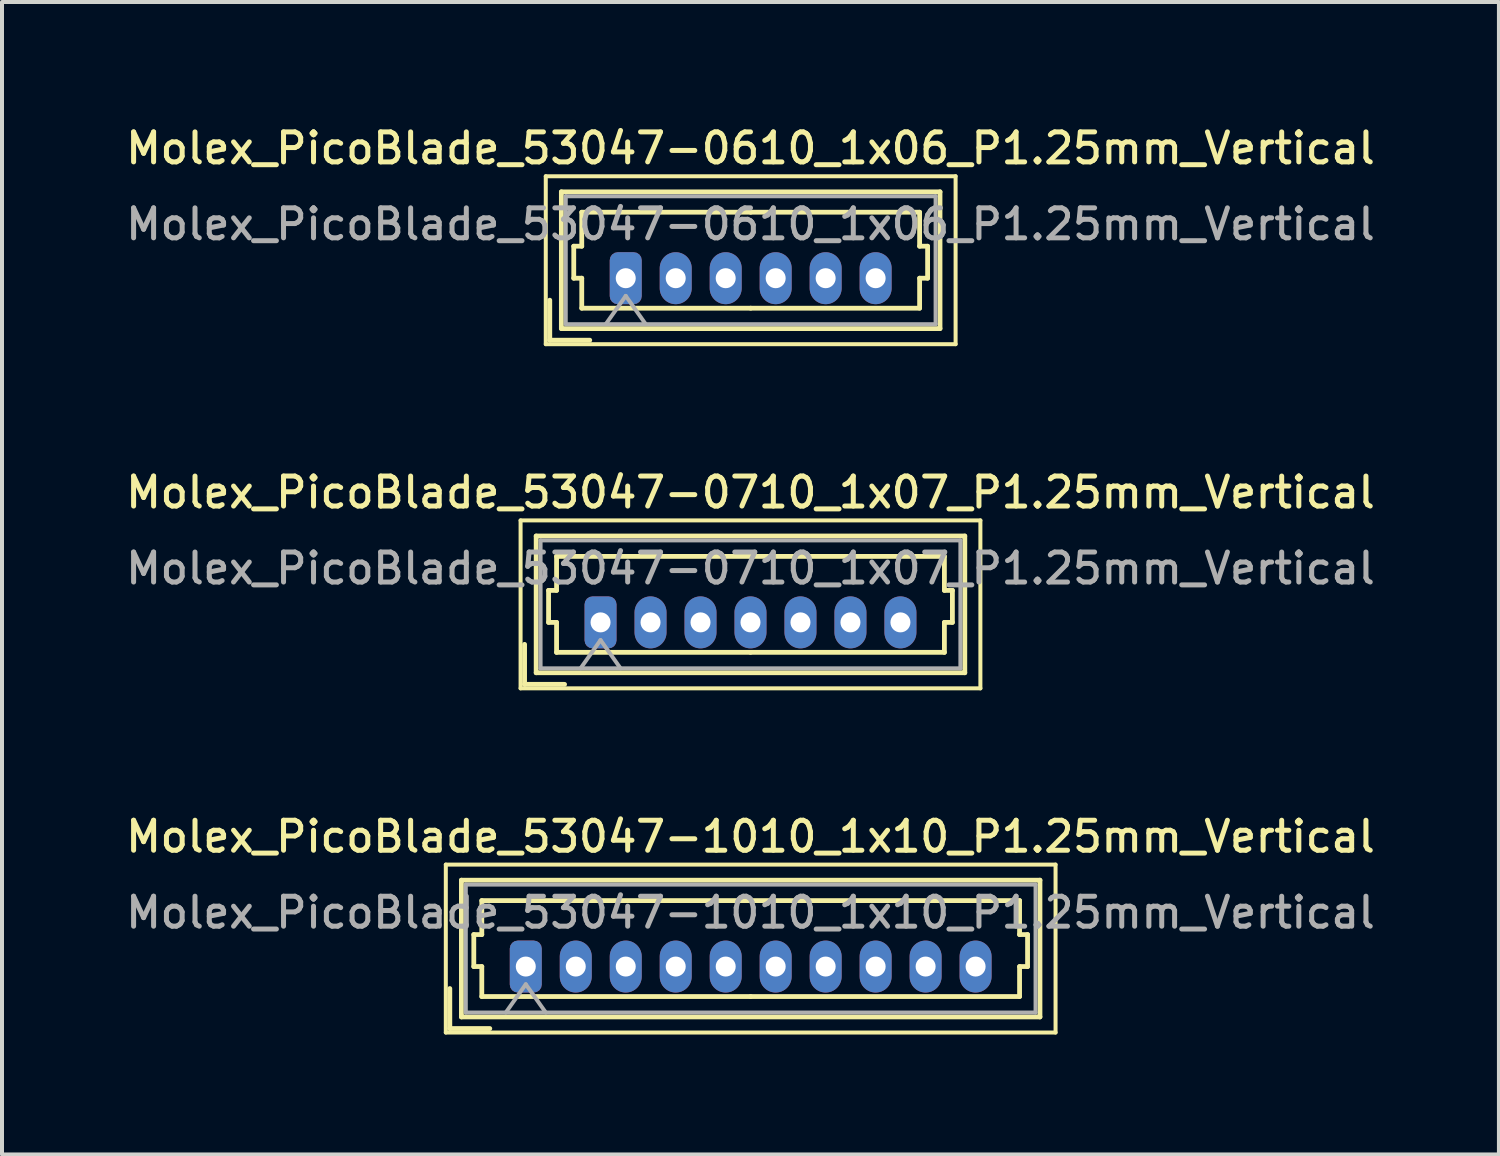
<source format=kicad_pcb>
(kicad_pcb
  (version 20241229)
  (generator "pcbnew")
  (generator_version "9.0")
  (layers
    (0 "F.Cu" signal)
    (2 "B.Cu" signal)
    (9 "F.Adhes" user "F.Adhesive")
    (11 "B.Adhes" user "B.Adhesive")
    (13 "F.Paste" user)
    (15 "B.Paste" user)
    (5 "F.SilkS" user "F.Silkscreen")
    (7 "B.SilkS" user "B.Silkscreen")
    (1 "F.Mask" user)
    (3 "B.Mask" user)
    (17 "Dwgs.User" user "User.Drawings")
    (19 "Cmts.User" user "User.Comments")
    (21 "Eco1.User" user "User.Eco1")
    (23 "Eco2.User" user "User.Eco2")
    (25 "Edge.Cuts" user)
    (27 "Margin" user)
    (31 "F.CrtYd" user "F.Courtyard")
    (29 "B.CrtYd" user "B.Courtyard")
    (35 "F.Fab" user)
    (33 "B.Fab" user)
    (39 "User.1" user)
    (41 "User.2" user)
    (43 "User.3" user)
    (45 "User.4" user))
  (footprint "Molex_PicoBlade_53047-1010_1x10_P1.25mm_Vertical"
    (layer "F.Cu")
    (at 10.1 21.124)
    (property "Reference" "Molex_PicoBlade_53047-1010_1x10_P1.25mm_Vertical" (at 5.62 -3.25 0) (layer "F.SilkS") (effects (font (size 0.75 0.75) (thickness 0.125))))
    (attr through_hole)
    (fp_line (start -2 -2.55) (end -2 1.65) (stroke (width 0.1) (type solid)) (layer "F.SilkS"))
    (fp_line (start -2 1.65) (end 13.25 1.65) (stroke (width 0.1) (type solid)) (layer "F.SilkS"))
    (fp_line (start -1.9 1.55) (end -1.9 0.55) (stroke (width 0.12) (type solid)) (layer "F.SilkS"))
    (fp_line (start -1.9 1.55) (end -0.9 1.55) (stroke (width 0.12) (type solid)) (layer "F.SilkS"))
    (fp_line (start -1.61 -2.16) (end -1.61 1.26) (stroke (width 0.12) (type solid)) (layer "F.SilkS"))
    (fp_line (start -1.61 1.26) (end 12.86 1.26) (stroke (width 0.12) (type solid)) (layer "F.SilkS"))
    (fp_line (start -1.3 -0.8) (end -1.1 -0.8) (stroke (width 0.12) (type solid)) (layer "F.SilkS"))
    (fp_line (start -1.3 0) (end -1.3 -0.8) (stroke (width 0.12) (type solid)) (layer "F.SilkS"))
    (fp_line (start -1.1 -1.65) (end 5.625 -1.65) (stroke (width 0.12) (type solid)) (layer "F.SilkS"))
    (fp_line (start -1.1 -0.8) (end -1.1 -1.65) (stroke (width 0.12) (type solid)) (layer "F.SilkS"))
    (fp_line (start -1.1 0) (end -1.3 0) (stroke (width 0.12) (type solid)) (layer "F.SilkS"))
    (fp_line (start -1.1 0.75) (end -1.1 0) (stroke (width 0.12) (type solid)) (layer "F.SilkS"))
    (fp_line (start 5.625 0.75) (end -1.1 0.75) (stroke (width 0.12) (type solid)) (layer "F.SilkS"))
    (fp_line (start 5.625 0.75) (end 12.35 0.75) (stroke (width 0.12) (type solid)) (layer "F.SilkS"))
    (fp_line (start 12.35 -1.65) (end 5.625 -1.65) (stroke (width 0.12) (type solid)) (layer "F.SilkS"))
    (fp_line (start 12.35 -0.8) (end 12.35 -1.65) (stroke (width 0.12) (type solid)) (layer "F.SilkS"))
    (fp_line (start 12.35 0) (end 12.55 0) (stroke (width 0.12) (type solid)) (layer "F.SilkS"))
    (fp_line (start 12.35 0.75) (end 12.35 0) (stroke (width 0.12) (type solid)) (layer "F.SilkS"))
    (fp_line (start 12.55 -0.8) (end 12.35 -0.8) (stroke (width 0.12) (type solid)) (layer "F.SilkS"))
    (fp_line (start 12.55 0) (end 12.55 -0.8) (stroke (width 0.12) (type solid)) (layer "F.SilkS"))
    (fp_line (start 12.86 -2.16) (end -1.61 -2.16) (stroke (width 0.12) (type solid)) (layer "F.SilkS"))
    (fp_line (start 12.86 1.26) (end 12.86 -2.16) (stroke (width 0.12) (type solid)) (layer "F.SilkS"))
    (fp_line (start 13.25 -2.55) (end -2 -2.55) (stroke (width 0.1) (type solid)) (layer "F.SilkS"))
    (fp_line (start 13.25 1.65) (end 13.25 -2.55) (stroke (width 0.1) (type solid)) (layer "F.SilkS"))
    (fp_line (start -1.5 -2.05) (end -1.5 1.15) (stroke (width 0.1) (type solid)) (layer "F.Fab"))
    (fp_line (start -1.5 1.15) (end 12.75 1.15) (stroke (width 0.1) (type solid)) (layer "F.Fab"))
    (fp_line (start -0.5 1.15) (end 0 0.443) (stroke (width 0.1) (type solid)) (layer "F.Fab"))
    (fp_line (start 0 0.443) (end 0.5 1.15) (stroke (width 0.1) (type solid)) (layer "F.Fab"))
    (fp_line (start 12.75 -2.05) (end -1.5 -2.05) (stroke (width 0.1) (type solid)) (layer "F.Fab"))
    (fp_line (start 12.75 1.15) (end 12.75 -2.05) (stroke (width 0.1) (type solid)) (layer "F.Fab"))
    (fp_text user "${REFERENCE}" (at 5.62 -1.35 0) (layer "F.Fab") (effects (font (size 0.75 0.75) (thickness 0.125))))
    (pad "1" thru_hole roundrect (at 0 0) (size 0.8 1.3) (drill 0.5) (layers "*.Cu" "*.Mask") (roundrect_rratio 0.25))
    (pad "2" thru_hole oval (at 1.25 0) (size 0.8 1.3) (drill 0.5) (layers "*.Cu" "*.Mask"))
    (pad "3" thru_hole oval (at 2.5 0) (size 0.8 1.3) (drill 0.5) (layers "*.Cu" "*.Mask"))
    (pad "4" thru_hole oval (at 3.75 0) (size 0.8 1.3) (drill 0.5) (layers "*.Cu" "*.Mask"))
    (pad "5" thru_hole oval (at 5 0) (size 0.8 1.3) (drill 0.5) (layers "*.Cu" "*.Mask"))
    (pad "6" thru_hole oval (at 6.25 0) (size 0.8 1.3) (drill 0.5) (layers "*.Cu" "*.Mask"))
    (pad "7" thru_hole oval (at 7.5 0) (size 0.8 1.3) (drill 0.5) (layers "*.Cu" "*.Mask"))
    (pad "8" thru_hole oval (at 8.75 0) (size 0.8 1.3) (drill 0.5) (layers "*.Cu" "*.Mask"))
    (pad "9" thru_hole oval (at 10 0) (size 0.8 1.3) (drill 0.5) (layers "*.Cu" "*.Mask"))
    (pad "10" thru_hole oval (at 11.25 0) (size 0.8 1.3) (drill 0.5) (layers "*.Cu" "*.Mask")))
  (footprint "Molex_PicoBlade_53047-0710_1x07_P1.25mm_Vertical"
    (layer "F.Cu")
    (at 11.97 12.516)
    (property "Reference" "Molex_PicoBlade_53047-0710_1x07_P1.25mm_Vertical" (at 3.75 -3.25 0) (layer "F.SilkS") (effects (font (size 0.75 0.75) (thickness 0.125))))
    (attr through_hole)
    (fp_line (start -2 -2.55) (end -2 1.65) (stroke (width 0.1) (type solid)) (layer "F.SilkS"))
    (fp_line (start -2 1.65) (end 9.5 1.65) (stroke (width 0.1) (type solid)) (layer "F.SilkS"))
    (fp_line (start -1.9 1.55) (end -1.9 0.55) (stroke (width 0.12) (type solid)) (layer "F.SilkS"))
    (fp_line (start -1.9 1.55) (end -0.9 1.55) (stroke (width 0.12) (type solid)) (layer "F.SilkS"))
    (fp_line (start -1.61 -2.16) (end -1.61 1.26) (stroke (width 0.12) (type solid)) (layer "F.SilkS"))
    (fp_line (start -1.61 1.26) (end 9.11 1.26) (stroke (width 0.12) (type solid)) (layer "F.SilkS"))
    (fp_line (start -1.3 -0.8) (end -1.1 -0.8) (stroke (width 0.12) (type solid)) (layer "F.SilkS"))
    (fp_line (start -1.3 0) (end -1.3 -0.8) (stroke (width 0.12) (type solid)) (layer "F.SilkS"))
    (fp_line (start -1.1 -1.65) (end 3.75 -1.65) (stroke (width 0.12) (type solid)) (layer "F.SilkS"))
    (fp_line (start -1.1 -0.8) (end -1.1 -1.65) (stroke (width 0.12) (type solid)) (layer "F.SilkS"))
    (fp_line (start -1.1 0) (end -1.3 0) (stroke (width 0.12) (type solid)) (layer "F.SilkS"))
    (fp_line (start -1.1 0.75) (end -1.1 0) (stroke (width 0.12) (type solid)) (layer "F.SilkS"))
    (fp_line (start 3.75 0.75) (end -1.1 0.75) (stroke (width 0.12) (type solid)) (layer "F.SilkS"))
    (fp_line (start 3.75 0.75) (end 8.6 0.75) (stroke (width 0.12) (type solid)) (layer "F.SilkS"))
    (fp_line (start 8.6 -1.65) (end 3.75 -1.65) (stroke (width 0.12) (type solid)) (layer "F.SilkS"))
    (fp_line (start 8.6 -0.8) (end 8.6 -1.65) (stroke (width 0.12) (type solid)) (layer "F.SilkS"))
    (fp_line (start 8.6 0) (end 8.8 0) (stroke (width 0.12) (type solid)) (layer "F.SilkS"))
    (fp_line (start 8.6 0.75) (end 8.6 0) (stroke (width 0.12) (type solid)) (layer "F.SilkS"))
    (fp_line (start 8.8 -0.8) (end 8.6 -0.8) (stroke (width 0.12) (type solid)) (layer "F.SilkS"))
    (fp_line (start 8.8 0) (end 8.8 -0.8) (stroke (width 0.12) (type solid)) (layer "F.SilkS"))
    (fp_line (start 9.11 -2.16) (end -1.61 -2.16) (stroke (width 0.12) (type solid)) (layer "F.SilkS"))
    (fp_line (start 9.11 1.26) (end 9.11 -2.16) (stroke (width 0.12) (type solid)) (layer "F.SilkS"))
    (fp_line (start 9.5 -2.55) (end -2 -2.55) (stroke (width 0.1) (type solid)) (layer "F.SilkS"))
    (fp_line (start 9.5 1.65) (end 9.5 -2.55) (stroke (width 0.1) (type solid)) (layer "F.SilkS"))
    (fp_line (start -1.5 -2.05) (end -1.5 1.15) (stroke (width 0.1) (type solid)) (layer "F.Fab"))
    (fp_line (start -1.5 1.15) (end 9 1.15) (stroke (width 0.1) (type solid)) (layer "F.Fab"))
    (fp_line (start -0.5 1.15) (end 0 0.443) (stroke (width 0.1) (type solid)) (layer "F.Fab"))
    (fp_line (start 0 0.443) (end 0.5 1.15) (stroke (width 0.1) (type solid)) (layer "F.Fab"))
    (fp_line (start 9 -2.05) (end -1.5 -2.05) (stroke (width 0.1) (type solid)) (layer "F.Fab"))
    (fp_line (start 9 1.15) (end 9 -2.05) (stroke (width 0.1) (type solid)) (layer "F.Fab"))
    (fp_text user "${REFERENCE}" (at 3.75 -1.35 0) (layer "F.Fab") (effects (font (size 0.75 0.75) (thickness 0.125))))
    (pad "1" thru_hole roundrect (at 0 0) (size 0.8 1.3) (drill 0.5) (layers "*.Cu" "*.Mask") (roundrect_rratio 0.25))
    (pad "2" thru_hole oval (at 1.25 0) (size 0.8 1.3) (drill 0.5) (layers "*.Cu" "*.Mask"))
    (pad "3" thru_hole oval (at 2.5 0) (size 0.8 1.3) (drill 0.5) (layers "*.Cu" "*.Mask"))
    (pad "4" thru_hole oval (at 3.75 0) (size 0.8 1.3) (drill 0.5) (layers "*.Cu" "*.Mask"))
    (pad "5" thru_hole oval (at 5 0) (size 0.8 1.3) (drill 0.5) (layers "*.Cu" "*.Mask"))
    (pad "6" thru_hole oval (at 6.25 0) (size 0.8 1.3) (drill 0.5) (layers "*.Cu" "*.Mask"))
    (pad "7" thru_hole oval (at 7.5 0) (size 0.8 1.3) (drill 0.5) (layers "*.Cu" "*.Mask")))
  (footprint "Molex_PicoBlade_53047-0610_1x06_P1.25mm_Vertical"
    (layer "F.Cu")
    (at 12.6 3.908)
    (property "Reference" "Molex_PicoBlade_53047-0610_1x06_P1.25mm_Vertical" (at 3.12 -3.25 0) (layer "F.SilkS") (effects (font (size 0.75 0.75) (thickness 0.125))))
    (attr through_hole)
    (fp_line (start -2 -2.55) (end -2 1.65) (stroke (width 0.1) (type solid)) (layer "F.SilkS"))
    (fp_line (start -2 1.65) (end 8.25 1.65) (stroke (width 0.1) (type solid)) (layer "F.SilkS"))
    (fp_line (start -1.9 1.55) (end -1.9 0.55) (stroke (width 0.12) (type solid)) (layer "F.SilkS"))
    (fp_line (start -1.9 1.55) (end -0.9 1.55) (stroke (width 0.12) (type solid)) (layer "F.SilkS"))
    (fp_line (start -1.61 -2.16) (end -1.61 1.26) (stroke (width 0.12) (type solid)) (layer "F.SilkS"))
    (fp_line (start -1.61 1.26) (end 7.86 1.26) (stroke (width 0.12) (type solid)) (layer "F.SilkS"))
    (fp_line (start -1.3 -0.8) (end -1.1 -0.8) (stroke (width 0.12) (type solid)) (layer "F.SilkS"))
    (fp_line (start -1.3 0) (end -1.3 -0.8) (stroke (width 0.12) (type solid)) (layer "F.SilkS"))
    (fp_line (start -1.1 -1.65) (end 3.125 -1.65) (stroke (width 0.12) (type solid)) (layer "F.SilkS"))
    (fp_line (start -1.1 -0.8) (end -1.1 -1.65) (stroke (width 0.12) (type solid)) (layer "F.SilkS"))
    (fp_line (start -1.1 0) (end -1.3 0) (stroke (width 0.12) (type solid)) (layer "F.SilkS"))
    (fp_line (start -1.1 0.75) (end -1.1 0) (stroke (width 0.12) (type solid)) (layer "F.SilkS"))
    (fp_line (start 3.125 0.75) (end -1.1 0.75) (stroke (width 0.12) (type solid)) (layer "F.SilkS"))
    (fp_line (start 3.125 0.75) (end 7.35 0.75) (stroke (width 0.12) (type solid)) (layer "F.SilkS"))
    (fp_line (start 7.35 -1.65) (end 3.125 -1.65) (stroke (width 0.12) (type solid)) (layer "F.SilkS"))
    (fp_line (start 7.35 -0.8) (end 7.35 -1.65) (stroke (width 0.12) (type solid)) (layer "F.SilkS"))
    (fp_line (start 7.35 0) (end 7.55 0) (stroke (width 0.12) (type solid)) (layer "F.SilkS"))
    (fp_line (start 7.35 0.75) (end 7.35 0) (stroke (width 0.12) (type solid)) (layer "F.SilkS"))
    (fp_line (start 7.55 -0.8) (end 7.35 -0.8) (stroke (width 0.12) (type solid)) (layer "F.SilkS"))
    (fp_line (start 7.55 0) (end 7.55 -0.8) (stroke (width 0.12) (type solid)) (layer "F.SilkS"))
    (fp_line (start 7.86 -2.16) (end -1.61 -2.16) (stroke (width 0.12) (type solid)) (layer "F.SilkS"))
    (fp_line (start 7.86 1.26) (end 7.86 -2.16) (stroke (width 0.12) (type solid)) (layer "F.SilkS"))
    (fp_line (start 8.25 -2.55) (end -2 -2.55) (stroke (width 0.1) (type solid)) (layer "F.SilkS"))
    (fp_line (start 8.25 1.65) (end 8.25 -2.55) (stroke (width 0.1) (type solid)) (layer "F.SilkS"))
    (fp_line (start -1.5 -2.05) (end -1.5 1.15) (stroke (width 0.1) (type solid)) (layer "F.Fab"))
    (fp_line (start -1.5 1.15) (end 7.75 1.15) (stroke (width 0.1) (type solid)) (layer "F.Fab"))
    (fp_line (start -0.5 1.15) (end 0 0.443) (stroke (width 0.1) (type solid)) (layer "F.Fab"))
    (fp_line (start 0 0.443) (end 0.5 1.15) (stroke (width 0.1) (type solid)) (layer "F.Fab"))
    (fp_line (start 7.75 -2.05) (end -1.5 -2.05) (stroke (width 0.1) (type solid)) (layer "F.Fab"))
    (fp_line (start 7.75 1.15) (end 7.75 -2.05) (stroke (width 0.1) (type solid)) (layer "F.Fab"))
    (fp_text user "${REFERENCE}" (at 3.12 -1.35 0) (layer "F.Fab") (effects (font (size 0.75 0.75) (thickness 0.125))))
    (pad "1" thru_hole roundrect (at 0 0) (size 0.8 1.3) (drill 0.5) (layers "*.Cu" "*.Mask") (roundrect_rratio 0.25))
    (pad "2" thru_hole oval (at 1.25 0) (size 0.8 1.3) (drill 0.5) (layers "*.Cu" "*.Mask"))
    (pad "3" thru_hole oval (at 2.5 0) (size 0.8 1.3) (drill 0.5) (layers "*.Cu" "*.Mask"))
    (pad "4" thru_hole oval (at 3.75 0) (size 0.8 1.3) (drill 0.5) (layers "*.Cu" "*.Mask"))
    (pad "5" thru_hole oval (at 5 0) (size 0.8 1.3) (drill 0.5) (layers "*.Cu" "*.Mask"))
    (pad "6" thru_hole oval (at 6.25 0) (size 0.8 1.3) (drill 0.5) (layers "*.Cu" "*.Mask")))
  (gr_rect
    (start -3 -3)
    (end 34.439 25.824)
    (stroke (width 0.1) (type default))
    (fill no)
    (layer "Edge.Cuts")))
</source>
